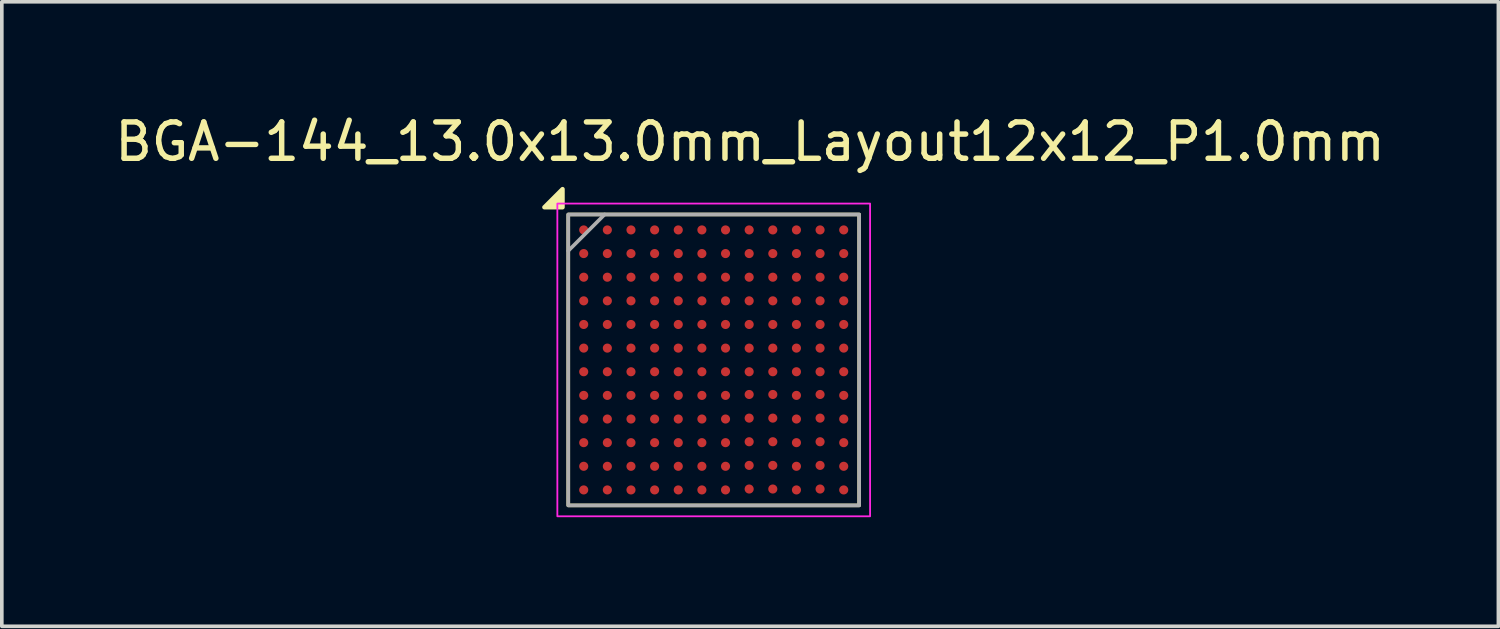
<source format=kicad_pcb>
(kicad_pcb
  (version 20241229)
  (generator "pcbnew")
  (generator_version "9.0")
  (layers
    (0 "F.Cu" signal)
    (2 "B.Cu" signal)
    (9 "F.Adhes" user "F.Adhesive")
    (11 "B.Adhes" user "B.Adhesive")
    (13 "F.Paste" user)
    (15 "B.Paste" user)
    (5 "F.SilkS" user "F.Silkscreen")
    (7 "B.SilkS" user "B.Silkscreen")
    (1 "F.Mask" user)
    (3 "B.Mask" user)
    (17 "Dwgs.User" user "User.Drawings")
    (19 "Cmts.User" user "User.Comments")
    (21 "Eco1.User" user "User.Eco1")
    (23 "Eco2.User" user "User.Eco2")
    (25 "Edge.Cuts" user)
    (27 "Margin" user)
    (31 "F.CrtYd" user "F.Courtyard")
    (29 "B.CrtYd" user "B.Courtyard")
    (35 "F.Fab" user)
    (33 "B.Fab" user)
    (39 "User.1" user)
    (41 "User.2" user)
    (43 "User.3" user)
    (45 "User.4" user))
  (footprint "BGA-144_13.0x13.0mm_Layout12x12_P1.0mm"
    (layer "F.Cu")
    (at 16.577 6.848)
    (property "Reference" "BGA-144_13.0x13.0mm_Layout12x12_P1.0mm" (at 1 -6 0) (layer "F.SilkS") (effects (font (size 1 1) (thickness 0.15))))
    (attr smd)
    (fp_rect (start -4 -4) (end 4 4) (stroke (width 0.1) (type default)) (fill no) (layer "F.SilkS"))
    (fp_poly (pts (xy -4.157 -4.198) (xy -4.657 -4.198) (xy -4.157 -4.698) (xy -4.157 -4.198)) (stroke (width 0.12) (type solid)) (fill yes) (layer "F.SilkS"))
    (fp_rect (start -4.3 -4.3) (end 4.3 4.3) (stroke (width 0.05) (type default)) (fill no) (layer "F.CrtYd"))
    (fp_line (start -3 -4) (end -4 -3) (stroke (width 0.1) (type default)) (layer "F.Fab"))
    (fp_rect (start -4 -4) (end 4 4) (stroke (width 0.1) (type default)) (fill no) (layer "F.Fab"))
    (pad "A1" smd circle (at -3.575 -3.575) (size 0.25 0.25) (property pad_prop_bga) (layers "F.Cu" "F.Mask" "F.Paste"))
    (pad "A2" smd circle (at -2.925 -3.575) (size 0.25 0.25) (property pad_prop_bga) (layers "F.Cu" "F.Mask" "F.Paste"))
    (pad "A3" smd circle (at -2.275 -3.575) (size 0.25 0.25) (property pad_prop_bga) (layers "F.Cu" "F.Mask" "F.Paste"))
    (pad "A4" smd circle (at -1.625 -3.575) (size 0.25 0.25) (property pad_prop_bga) (layers "F.Cu" "F.Mask" "F.Paste"))
    (pad "A5" smd circle (at -0.975 -3.575) (size 0.25 0.25) (property pad_prop_bga) (layers "F.Cu" "F.Mask" "F.Paste"))
    (pad "A6" smd circle (at -0.325 -3.575) (size 0.25 0.25) (property pad_prop_bga) (layers "F.Cu" "F.Mask" "F.Paste"))
    (pad "A7" smd circle (at 0.325 -3.575) (size 0.25 0.25) (property pad_prop_bga) (layers "F.Cu" "F.Mask" "F.Paste"))
    (pad "A8" smd circle (at 0.975 -3.575) (size 0.25 0.25) (property pad_prop_bga) (layers "F.Cu" "F.Mask" "F.Paste"))
    (pad "A9" smd circle (at 1.625 -3.575) (size 0.25 0.25) (property pad_prop_bga) (layers "F.Cu" "F.Mask" "F.Paste"))
    (pad "A10" smd circle (at 2.275 -3.575) (size 0.25 0.25) (property pad_prop_bga) (layers "F.Cu" "F.Mask" "F.Paste"))
    (pad "A11" smd circle (at 2.925 -3.575) (size 0.25 0.25) (property pad_prop_bga) (layers "F.Cu" "F.Mask" "F.Paste"))
    (pad "A12" smd circle (at 3.575 -3.575) (size 0.25 0.25) (property pad_prop_bga) (layers "F.Cu" "F.Mask" "F.Paste"))
    (pad "B1" smd circle (at -3.575 -2.925) (size 0.25 0.25) (property pad_prop_bga) (layers "F.Cu" "F.Mask" "F.Paste"))
    (pad "B2" smd circle (at -2.925 -2.925) (size 0.25 0.25) (property pad_prop_bga) (layers "F.Cu" "F.Mask" "F.Paste"))
    (pad "B3" smd circle (at -2.275 -2.925) (size 0.25 0.25) (property pad_prop_bga) (layers "F.Cu" "F.Mask" "F.Paste"))
    (pad "B4" smd circle (at -1.625 -2.925) (size 0.25 0.25) (property pad_prop_bga) (layers "F.Cu" "F.Mask" "F.Paste"))
    (pad "B5" smd circle (at -0.975 -2.925) (size 0.25 0.25) (property pad_prop_bga) (layers "F.Cu" "F.Mask" "F.Paste"))
    (pad "B6" smd circle (at -0.325 -2.925) (size 0.25 0.25) (property pad_prop_bga) (layers "F.Cu" "F.Mask" "F.Paste"))
    (pad "B7" smd circle (at 0.325 -2.925) (size 0.25 0.25) (property pad_prop_bga) (layers "F.Cu" "F.Mask" "F.Paste"))
    (pad "B8" smd circle (at 0.975 -2.925) (size 0.25 0.25) (property pad_prop_bga) (layers "F.Cu" "F.Mask" "F.Paste"))
    (pad "B9" smd circle (at 1.625 -2.925) (size 0.25 0.25) (property pad_prop_bga) (layers "F.Cu" "F.Mask" "F.Paste"))
    (pad "B10" smd circle (at 2.275 -2.925) (size 0.25 0.25) (property pad_prop_bga) (layers "F.Cu" "F.Mask" "F.Paste"))
    (pad "B11" smd circle (at 2.925 -2.925) (size 0.25 0.25) (property pad_prop_bga) (layers "F.Cu" "F.Mask" "F.Paste"))
    (pad "B12" smd circle (at 3.575 -2.925) (size 0.25 0.25) (property pad_prop_bga) (layers "F.Cu" "F.Mask" "F.Paste"))
    (pad "C1" smd circle (at -3.575 -2.275) (size 0.25 0.25) (property pad_prop_bga) (layers "F.Cu" "F.Mask" "F.Paste"))
    (pad "C2" smd circle (at -2.925 -2.275) (size 0.25 0.25) (property pad_prop_bga) (layers "F.Cu" "F.Mask" "F.Paste"))
    (pad "C3" smd circle (at -2.275 -2.275) (size 0.25 0.25) (property pad_prop_bga) (layers "F.Cu" "F.Mask" "F.Paste"))
    (pad "C4" smd circle (at -1.625 -2.275) (size 0.25 0.25) (property pad_prop_bga) (layers "F.Cu" "F.Mask" "F.Paste"))
    (pad "C5" smd circle (at -0.975 -2.275) (size 0.25 0.25) (property pad_prop_bga) (layers "F.Cu" "F.Mask" "F.Paste"))
    (pad "C6" smd circle (at -0.325 -2.275) (size 0.25 0.25) (property pad_prop_bga) (layers "F.Cu" "F.Mask" "F.Paste"))
    (pad "C7" smd circle (at 0.325 -2.275) (size 0.25 0.25) (property pad_prop_bga) (layers "F.Cu" "F.Mask" "F.Paste"))
    (pad "C8" smd circle (at 0.975 -2.275) (size 0.25 0.25) (property pad_prop_bga) (layers "F.Cu" "F.Mask" "F.Paste"))
    (pad "C9" smd circle (at 1.625 -2.275) (size 0.25 0.25) (property pad_prop_bga) (layers "F.Cu" "F.Mask" "F.Paste"))
    (pad "C10" smd circle (at 2.275 -2.275) (size 0.25 0.25) (property pad_prop_bga) (layers "F.Cu" "F.Mask" "F.Paste"))
    (pad "C11" smd circle (at 2.925 -2.275) (size 0.25 0.25) (property pad_prop_bga) (layers "F.Cu" "F.Mask" "F.Paste"))
    (pad "C12" smd circle (at 3.575 -2.275) (size 0.25 0.25) (property pad_prop_bga) (layers "F.Cu" "F.Mask" "F.Paste"))
    (pad "D1" smd circle (at -3.575 -1.625) (size 0.25 0.25) (property pad_prop_bga) (layers "F.Cu" "F.Mask" "F.Paste"))
    (pad "D2" smd circle (at -2.925 -1.625) (size 0.25 0.25) (property pad_prop_bga) (layers "F.Cu" "F.Mask" "F.Paste"))
    (pad "D3" smd circle (at -2.275 -1.625) (size 0.25 0.25) (property pad_prop_bga) (layers "F.Cu" "F.Mask" "F.Paste"))
    (pad "D4" smd circle (at -1.625 -1.625) (size 0.25 0.25) (property pad_prop_bga) (layers "F.Cu" "F.Mask" "F.Paste"))
    (pad "D5" smd circle (at -0.975 -1.625) (size 0.25 0.25) (property pad_prop_bga) (layers "F.Cu" "F.Mask" "F.Paste"))
    (pad "D6" smd circle (at -0.325 -1.625) (size 0.25 0.25) (property pad_prop_bga) (layers "F.Cu" "F.Mask" "F.Paste"))
    (pad "D7" smd circle (at 0.325 -1.625) (size 0.25 0.25) (property pad_prop_bga) (layers "F.Cu" "F.Mask" "F.Paste"))
    (pad "D8" smd circle (at 0.975 -1.625) (size 0.25 0.25) (property pad_prop_bga) (layers "F.Cu" "F.Mask" "F.Paste"))
    (pad "D9" smd circle (at 1.625 -1.625) (size 0.25 0.25) (property pad_prop_bga) (layers "F.Cu" "F.Mask" "F.Paste"))
    (pad "D10" smd circle (at 2.275 -1.625) (size 0.25 0.25) (property pad_prop_bga) (layers "F.Cu" "F.Mask" "F.Paste"))
    (pad "D11" smd circle (at 2.925 -1.625) (size 0.25 0.25) (property pad_prop_bga) (layers "F.Cu" "F.Mask" "F.Paste"))
    (pad "D12" smd circle (at 3.575 -1.625) (size 0.25 0.25) (property pad_prop_bga) (layers "F.Cu" "F.Mask" "F.Paste"))
    (pad "E1" smd circle (at -3.575 -0.975) (size 0.25 0.25) (property pad_prop_bga) (layers "F.Cu" "F.Mask" "F.Paste"))
    (pad "E2" smd circle (at -2.925 -0.975) (size 0.25 0.25) (property pad_prop_bga) (layers "F.Cu" "F.Mask" "F.Paste"))
    (pad "E3" smd circle (at -2.275 -0.975) (size 0.25 0.25) (property pad_prop_bga) (layers "F.Cu" "F.Mask" "F.Paste"))
    (pad "E4" smd circle (at -1.625 -0.975) (size 0.25 0.25) (property pad_prop_bga) (layers "F.Cu" "F.Mask" "F.Paste"))
    (pad "E5" smd circle (at -0.975 -0.975) (size 0.25 0.25) (property pad_prop_bga) (layers "F.Cu" "F.Mask" "F.Paste"))
    (pad "E6" smd circle (at -0.325 -0.975) (size 0.25 0.25) (property pad_prop_bga) (layers "F.Cu" "F.Mask" "F.Paste"))
    (pad "E7" smd circle (at 0.325 -0.975) (size 0.25 0.25) (property pad_prop_bga) (layers "F.Cu" "F.Mask" "F.Paste"))
    (pad "E8" smd circle (at 0.975 -0.975) (size 0.25 0.25) (property pad_prop_bga) (layers "F.Cu" "F.Mask" "F.Paste"))
    (pad "E9" smd circle (at 1.625 -0.975) (size 0.25 0.25) (property pad_prop_bga) (layers "F.Cu" "F.Mask" "F.Paste"))
    (pad "E10" smd circle (at 2.275 -0.975) (size 0.25 0.25) (property pad_prop_bga) (layers "F.Cu" "F.Mask" "F.Paste"))
    (pad "E11" smd circle (at 2.925 -0.975) (size 0.25 0.25) (property pad_prop_bga) (layers "F.Cu" "F.Mask" "F.Paste"))
    (pad "E12" smd circle (at 3.575 -0.975) (size 0.25 0.25) (property pad_prop_bga) (layers "F.Cu" "F.Mask" "F.Paste"))
    (pad "F1" smd circle (at -3.575 -0.325) (size 0.25 0.25) (property pad_prop_bga) (layers "F.Cu" "F.Mask" "F.Paste"))
    (pad "F2" smd circle (at -2.925 -0.325) (size 0.25 0.25) (property pad_prop_bga) (layers "F.Cu" "F.Mask" "F.Paste"))
    (pad "F3" smd circle (at -2.275 -0.325) (size 0.25 0.25) (property pad_prop_bga) (layers "F.Cu" "F.Mask" "F.Paste"))
    (pad "F4" smd circle (at -1.625 -0.325) (size 0.25 0.25) (property pad_prop_bga) (layers "F.Cu" "F.Mask" "F.Paste"))
    (pad "F5" smd circle (at -0.975 -0.325) (size 0.25 0.25) (property pad_prop_bga) (layers "F.Cu" "F.Mask" "F.Paste"))
    (pad "F6" smd circle (at -0.325 -0.325) (size 0.25 0.25) (property pad_prop_bga) (layers "F.Cu" "F.Mask" "F.Paste"))
    (pad "F7" smd circle (at 0.325 -0.325) (size 0.25 0.25) (property pad_prop_bga) (layers "F.Cu" "F.Mask" "F.Paste"))
    (pad "F8" smd circle (at 0.975 -0.325) (size 0.25 0.25) (property pad_prop_bga) (layers "F.Cu" "F.Mask" "F.Paste"))
    (pad "F9" smd circle (at 1.625 -0.325) (size 0.25 0.25) (property pad_prop_bga) (layers "F.Cu" "F.Mask" "F.Paste"))
    (pad "F10" smd circle (at 2.275 -0.325) (size 0.25 0.25) (property pad_prop_bga) (layers "F.Cu" "F.Mask" "F.Paste"))
    (pad "F11" smd circle (at 2.925 -0.325) (size 0.25 0.25) (property pad_prop_bga) (layers "F.Cu" "F.Mask" "F.Paste"))
    (pad "F12" smd circle (at 3.575 -0.325) (size 0.25 0.25) (property pad_prop_bga) (layers "F.Cu" "F.Mask" "F.Paste"))
    (pad "G1" smd circle (at -3.575 0.325) (size 0.25 0.25) (property pad_prop_bga) (layers "F.Cu" "F.Mask" "F.Paste"))
    (pad "G2" smd circle (at -2.925 0.325) (size 0.25 0.25) (property pad_prop_bga) (layers "F.Cu" "F.Mask" "F.Paste"))
    (pad "G3" smd circle (at -2.275 0.325) (size 0.25 0.25) (property pad_prop_bga) (layers "F.Cu" "F.Mask" "F.Paste"))
    (pad "G4" smd circle (at -1.625 0.325) (size 0.25 0.25) (property pad_prop_bga) (layers "F.Cu" "F.Mask" "F.Paste"))
    (pad "G5" smd circle (at -0.975 0.325) (size 0.25 0.25) (property pad_prop_bga) (layers "F.Cu" "F.Mask" "F.Paste"))
    (pad "G6" smd circle (at -0.325 0.325) (size 0.25 0.25) (property pad_prop_bga) (layers "F.Cu" "F.Mask" "F.Paste"))
    (pad "G7" smd circle (at 0.325 0.325) (size 0.25 0.25) (property pad_prop_bga) (layers "F.Cu" "F.Mask" "F.Paste"))
    (pad "G8" smd circle (at 0.975 0.325) (size 0.25 0.25) (property pad_prop_bga) (layers "F.Cu" "F.Mask" "F.Paste"))
    (pad "G9" smd circle (at 1.625 0.325) (size 0.25 0.25) (property pad_prop_bga) (layers "F.Cu" "F.Mask" "F.Paste"))
    (pad "G10" smd circle (at 2.275 0.325) (size 0.25 0.25) (property pad_prop_bga) (layers "F.Cu" "F.Mask" "F.Paste"))
    (pad "G11" smd circle (at 2.925 0.325) (size 0.25 0.25) (property pad_prop_bga) (layers "F.Cu" "F.Mask" "F.Paste"))
    (pad "G12" smd circle (at 3.575 0.325) (size 0.25 0.25) (property pad_prop_bga) (layers "F.Cu" "F.Mask" "F.Paste"))
    (pad "H1" smd circle (at -3.575 0.975) (size 0.25 0.25) (property pad_prop_bga) (layers "F.Cu" "F.Mask" "F.Paste"))
    (pad "H2" smd circle (at -2.925 0.975) (size 0.25 0.25) (property pad_prop_bga) (layers "F.Cu" "F.Mask" "F.Paste"))
    (pad "H3" smd circle (at -2.275 0.975) (size 0.25 0.25) (property pad_prop_bga) (layers "F.Cu" "F.Mask" "F.Paste"))
    (pad "H4" smd circle (at -1.625 0.975) (size 0.25 0.25) (property pad_prop_bga) (layers "F.Cu" "F.Mask" "F.Paste"))
    (pad "H5" smd circle (at -0.975 0.975) (size 0.25 0.25) (property pad_prop_bga) (layers "F.Cu" "F.Mask" "F.Paste"))
    (pad "H6" smd circle (at -0.325 0.975) (size 0.25 0.25) (property pad_prop_bga) (layers "F.Cu" "F.Mask" "F.Paste"))
    (pad "H7" smd circle (at 0.325 0.975) (size 0.25 0.25) (property pad_prop_bga) (layers "F.Cu" "F.Mask" "F.Paste"))
    (pad "H8" smd circle (at 0.975 0.95) (size 0.25 0.25) (property pad_prop_bga) (layers "F.Cu" "F.Mask" "F.Paste"))
    (pad "H9" smd circle (at 1.625 0.95) (size 0.25 0.25) (property pad_prop_bga) (layers "F.Cu" "F.Mask" "F.Paste"))
    (pad "H10" smd circle (at 2.275 0.975) (size 0.25 0.25) (property pad_prop_bga) (layers "F.Cu" "F.Mask" "F.Paste"))
    (pad "H11" smd circle (at 2.925 0.95) (size 0.25 0.25) (property pad_prop_bga) (layers "F.Cu" "F.Mask" "F.Paste"))
    (pad "H12" smd circle (at 3.575 0.975) (size 0.25 0.25) (property pad_prop_bga) (layers "F.Cu" "F.Mask" "F.Paste"))
    (pad "J1" smd circle (at -3.575 1.625) (size 0.25 0.25) (property pad_prop_bga) (layers "F.Cu" "F.Mask" "F.Paste"))
    (pad "J2" smd circle (at -2.925 1.625) (size 0.25 0.25) (property pad_prop_bga) (layers "F.Cu" "F.Mask" "F.Paste"))
    (pad "J3" smd circle (at -2.275 1.625) (size 0.25 0.25) (property pad_prop_bga) (layers "F.Cu" "F.Mask" "F.Paste"))
    (pad "J4" smd circle (at -1.625 1.625) (size 0.25 0.25) (property pad_prop_bga) (layers "F.Cu" "F.Mask" "F.Paste"))
    (pad "J5" smd circle (at -0.975 1.625) (size 0.25 0.25) (property pad_prop_bga) (layers "F.Cu" "F.Mask" "F.Paste"))
    (pad "J6" smd circle (at -0.325 1.625) (size 0.25 0.25) (property pad_prop_bga) (layers "F.Cu" "F.Mask" "F.Paste"))
    (pad "J7" smd circle (at 0.325 1.625) (size 0.25 0.25) (property pad_prop_bga) (layers "F.Cu" "F.Mask" "F.Paste"))
    (pad "J8" smd circle (at 0.975 1.6) (size 0.25 0.25) (property pad_prop_bga) (layers "F.Cu" "F.Mask" "F.Paste"))
    (pad "J9" smd circle (at 1.625 1.6) (size 0.25 0.25) (property pad_prop_bga) (layers "F.Cu" "F.Mask" "F.Paste"))
    (pad "J10" smd circle (at 2.275 1.625) (size 0.25 0.25) (property pad_prop_bga) (layers "F.Cu" "F.Mask" "F.Paste"))
    (pad "J11" smd circle (at 2.925 1.6) (size 0.25 0.25) (property pad_prop_bga) (layers "F.Cu" "F.Mask" "F.Paste"))
    (pad "J12" smd circle (at 3.575 1.625) (size 0.25 0.25) (property pad_prop_bga) (layers "F.Cu" "F.Mask" "F.Paste"))
    (pad "K1" smd circle (at -3.575 2.275) (size 0.25 0.25) (property pad_prop_bga) (layers "F.Cu" "F.Mask" "F.Paste"))
    (pad "K2" smd circle (at -2.925 2.275) (size 0.25 0.25) (property pad_prop_bga) (layers "F.Cu" "F.Mask" "F.Paste"))
    (pad "K3" smd circle (at -2.275 2.275) (size 0.25 0.25) (property pad_prop_bga) (layers "F.Cu" "F.Mask" "F.Paste"))
    (pad "K4" smd circle (at -1.625 2.275) (size 0.25 0.25) (property pad_prop_bga) (layers "F.Cu" "F.Mask" "F.Paste"))
    (pad "K5" smd circle (at -0.975 2.275) (size 0.25 0.25) (property pad_prop_bga) (layers "F.Cu" "F.Mask" "F.Paste"))
    (pad "K6" smd circle (at -0.325 2.275) (size 0.25 0.25) (property pad_prop_bga) (layers "F.Cu" "F.Mask" "F.Paste"))
    (pad "K7" smd circle (at 0.325 2.275) (size 0.25 0.25) (property pad_prop_bga) (layers "F.Cu" "F.Mask" "F.Paste"))
    (pad "K8" smd circle (at 0.975 2.25) (size 0.25 0.25) (property pad_prop_bga) (layers "F.Cu" "F.Mask" "F.Paste"))
    (pad "K9" smd circle (at 1.625 2.25) (size 0.25 0.25) (property pad_prop_bga) (layers "F.Cu" "F.Mask" "F.Paste"))
    (pad "K10" smd circle (at 2.275 2.275) (size 0.25 0.25) (property pad_prop_bga) (layers "F.Cu" "F.Mask" "F.Paste"))
    (pad "K11" smd circle (at 2.925 2.25) (size 0.25 0.25) (property pad_prop_bga) (layers "F.Cu" "F.Mask" "F.Paste"))
    (pad "K12" smd circle (at 3.575 2.275) (size 0.25 0.25) (property pad_prop_bga) (layers "F.Cu" "F.Mask" "F.Paste"))
    (pad "L1" smd circle (at -3.575 2.925) (size 0.25 0.25) (property pad_prop_bga) (layers "F.Cu" "F.Mask" "F.Paste"))
    (pad "L2" smd circle (at -2.925 2.925) (size 0.25 0.25) (property pad_prop_bga) (layers "F.Cu" "F.Mask" "F.Paste"))
    (pad "L3" smd circle (at -2.275 2.925) (size 0.25 0.25) (property pad_prop_bga) (layers "F.Cu" "F.Mask" "F.Paste"))
    (pad "L4" smd circle (at -1.625 2.925) (size 0.25 0.25) (property pad_prop_bga) (layers "F.Cu" "F.Mask" "F.Paste"))
    (pad "L5" smd circle (at -0.975 2.925) (size 0.25 0.25) (property pad_prop_bga) (layers "F.Cu" "F.Mask" "F.Paste"))
    (pad "L6" smd circle (at -0.325 2.925) (size 0.25 0.25) (property pad_prop_bga) (layers "F.Cu" "F.Mask" "F.Paste"))
    (pad "L7" smd circle (at 0.325 2.925) (size 0.25 0.25) (property pad_prop_bga) (layers "F.Cu" "F.Mask" "F.Paste"))
    (pad "L8" smd circle (at 0.975 2.9) (size 0.25 0.25) (property pad_prop_bga) (layers "F.Cu" "F.Mask" "F.Paste"))
    (pad "L9" smd circle (at 1.625 2.9) (size 0.25 0.25) (property pad_prop_bga) (layers "F.Cu" "F.Mask" "F.Paste"))
    (pad "L10" smd circle (at 2.275 2.925) (size 0.25 0.25) (property pad_prop_bga) (layers "F.Cu" "F.Mask" "F.Paste"))
    (pad "L11" smd circle (at 2.925 2.9) (size 0.25 0.25) (property pad_prop_bga) (layers "F.Cu" "F.Mask" "F.Paste"))
    (pad "L12" smd circle (at 3.575 2.925) (size 0.25 0.25) (property pad_prop_bga) (layers "F.Cu" "F.Mask" "F.Paste"))
    (pad "M1" smd circle (at -3.575 3.575) (size 0.25 0.25) (property pad_prop_bga) (layers "F.Cu" "F.Mask" "F.Paste"))
    (pad "M2" smd circle (at -2.925 3.575) (size 0.25 0.25) (property pad_prop_bga) (layers "F.Cu" "F.Mask" "F.Paste"))
    (pad "M3" smd circle (at -2.275 3.575) (size 0.25 0.25) (property pad_prop_bga) (layers "F.Cu" "F.Mask" "F.Paste"))
    (pad "M4" smd circle (at -1.625 3.575) (size 0.25 0.25) (property pad_prop_bga) (layers "F.Cu" "F.Mask" "F.Paste"))
    (pad "M5" smd circle (at -0.975 3.575) (size 0.25 0.25) (property pad_prop_bga) (layers "F.Cu" "F.Mask" "F.Paste"))
    (pad "M6" smd circle (at -0.325 3.575) (size 0.25 0.25) (property pad_prop_bga) (layers "F.Cu" "F.Mask" "F.Paste"))
    (pad "M7" smd circle (at 0.325 3.575) (size 0.25 0.25) (property pad_prop_bga) (layers "F.Cu" "F.Mask" "F.Paste"))
    (pad "M8" smd circle (at 0.975 3.55) (size 0.25 0.25) (property pad_prop_bga) (layers "F.Cu" "F.Mask" "F.Paste"))
    (pad "M9" smd circle (at 1.625 3.55) (size 0.25 0.25) (property pad_prop_bga) (layers "F.Cu" "F.Mask" "F.Paste"))
    (pad "M10" smd circle (at 2.275 3.575) (size 0.25 0.25) (property pad_prop_bga) (layers "F.Cu" "F.Mask" "F.Paste"))
    (pad "M11" smd circle (at 2.925 3.55) (size 0.25 0.25) (property pad_prop_bga) (layers "F.Cu" "F.Mask" "F.Paste"))
    (pad "M12" smd circle (at 3.575 3.575) (size 0.25 0.25) (property pad_prop_bga) (layers "F.Cu" "F.Mask" "F.Paste")))
  (gr_rect
    (start -3 -3)
    (end 38.155 14.173)
    (stroke (width 0.1) (type default))
    (fill no)
    (layer "Edge.Cuts")))
</source>
